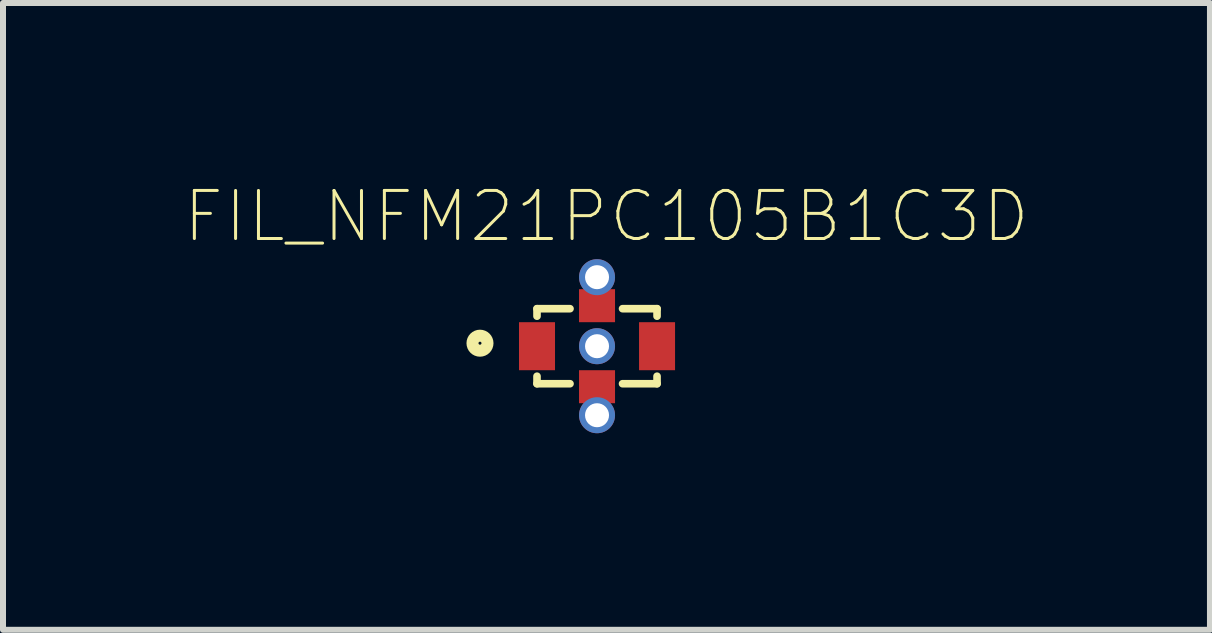
<source format=kicad_pcb>
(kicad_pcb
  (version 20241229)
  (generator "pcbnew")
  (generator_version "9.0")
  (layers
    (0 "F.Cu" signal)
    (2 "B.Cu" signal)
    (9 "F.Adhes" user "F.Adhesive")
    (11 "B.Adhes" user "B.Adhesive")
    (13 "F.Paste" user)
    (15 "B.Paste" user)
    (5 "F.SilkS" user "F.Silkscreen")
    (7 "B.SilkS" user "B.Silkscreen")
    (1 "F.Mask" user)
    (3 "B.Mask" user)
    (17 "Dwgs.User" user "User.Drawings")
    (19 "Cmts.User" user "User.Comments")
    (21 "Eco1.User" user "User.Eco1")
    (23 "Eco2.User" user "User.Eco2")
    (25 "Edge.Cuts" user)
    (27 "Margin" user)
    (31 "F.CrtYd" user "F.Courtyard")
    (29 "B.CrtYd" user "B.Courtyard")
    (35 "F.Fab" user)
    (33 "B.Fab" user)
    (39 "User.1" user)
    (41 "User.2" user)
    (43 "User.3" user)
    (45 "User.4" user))
  (footprint "FIL_NFM21PC105B1C3D"
    (layer "F.Cu")
    (at 6.897 2.718)
    (property "Reference" "FIL_NFM21PC105B1C3D" (at 0.157 -2.162 0) (layer "F.SilkS") (effects (font (size 0.801 0.801) (thickness 0.05))))
    (attr smd)
    (fp_poly (pts (xy -1.302 -0.4) (xy -0.7 -0.4) (xy -0.7 0.401) (xy -1.302 0.401)) (stroke (width 0) (type solid)) (fill yes) (layer "F.Mask"))
    (fp_poly (pts (xy -0.3 -0.95) (xy 0.3 -0.95) (xy 0.3 -0.4) (xy -0.3 -0.4)) (stroke (width 0) (type solid)) (fill yes) (layer "F.Mask"))
    (fp_poly (pts (xy -0.3 0.4) (xy 0.3 0.4) (xy 0.3 0.951) (xy -0.3 0.951)) (stroke (width 0) (type solid)) (fill yes) (layer "F.Mask"))
    (fp_poly (pts (xy 0.701 -0.4) (xy 1.3 -0.4) (xy 1.3 0.4) (xy 0.701 0.4)) (stroke (width 0) (type solid)) (fill yes) (layer "F.Mask"))
    (fp_line (start -1 -0.625) (end -0.45 -0.625) (stroke (width 0.127) (type solid)) (layer "F.SilkS"))
    (fp_line (start -1 -0.5) (end -1 -0.625) (stroke (width 0.127) (type solid)) (layer "F.SilkS"))
    (fp_line (start -1 0.5) (end -1 0.625) (stroke (width 0.127) (type solid)) (layer "F.SilkS"))
    (fp_line (start -1 0.625) (end -0.45 0.625) (stroke (width 0.127) (type solid)) (layer "F.SilkS"))
    (fp_line (start 0.425 -0.625) (end 1 -0.625) (stroke (width 0.127) (type solid)) (layer "F.SilkS"))
    (fp_line (start 0.425 0.625) (end 1 0.625) (stroke (width 0.127) (type solid)) (layer "F.SilkS"))
    (fp_line (start 1 -0.625) (end 1 -0.5) (stroke (width 0.127) (type solid)) (layer "F.SilkS"))
    (fp_line (start 1 0.625) (end 1 0.5) (stroke (width 0.127) (type solid)) (layer "F.SilkS"))
    (fp_circle (center -1.95 -0.05) (end -1.825 -0.05) (stroke (width 0.2) (type solid)) (fill no) (layer "F.SilkS"))
    (fp_line (start -1.55 -0.925) (end -0.55 -0.925) (stroke (width 0.05) (type solid)) (layer "Eco1.User"))
    (fp_line (start -1.55 0.975) (end -1.55 -0.925) (stroke (width 0.05) (type solid)) (layer "Eco1.User"))
    (fp_line (start -0.55 -1.7) (end 0.55 -1.7) (stroke (width 0.05) (type solid)) (layer "Eco1.User"))
    (fp_line (start -0.55 -0.925) (end -0.55 -1.7) (stroke (width 0.05) (type solid)) (layer "Eco1.User"))
    (fp_line (start -0.55 0.975) (end -1.55 0.975) (stroke (width 0.05) (type solid)) (layer "Eco1.User"))
    (fp_line (start -0.55 1.7) (end -0.55 0.975) (stroke (width 0.05) (type solid)) (layer "Eco1.User"))
    (fp_line (start 0.55 -1.7) (end 0.55 -0.95) (stroke (width 0.05) (type solid)) (layer "Eco1.User"))
    (fp_line (start 0.55 -0.95) (end 1.55 -0.95) (stroke (width 0.05) (type solid)) (layer "Eco1.User"))
    (fp_line (start 0.55 0.925) (end 0.55 1.7) (stroke (width 0.05) (type solid)) (layer "Eco1.User"))
    (fp_line (start 0.55 1.7) (end -0.55 1.7) (stroke (width 0.05) (type solid)) (layer "Eco1.User"))
    (fp_line (start 1.55 -0.95) (end 1.55 0.925) (stroke (width 0.05) (type solid)) (layer "Eco1.User"))
    (fp_line (start 1.55 0.925) (end 0.55 0.925) (stroke (width 0.05) (type solid)) (layer "Eco1.User"))
    (fp_line (start -1 -0.625) (end -1 0.625) (stroke (width 0.127) (type solid)) (layer "Eco2.User"))
    (fp_line (start -1 0.625) (end 1 0.625) (stroke (width 0.127) (type solid)) (layer "Eco2.User"))
    (fp_line (start 1 -0.625) (end -1 -0.625) (stroke (width 0.127) (type solid)) (layer "Eco2.User"))
    (fp_line (start 1 0.625) (end 1 -0.625) (stroke (width 0.127) (type solid)) (layer "Eco2.User"))
    (pad "1" smd rect (at -1 0) (size 0.6 0.8) (layers "F.Cu" "F.Mask" "F.Paste"))
    (pad "2" smd rect (at 0 -0.675) (size 0.6 0.55) (layers "F.Cu" "F.Mask" "F.Paste"))
    (pad "3" smd rect (at 1 0) (size 0.6 0.8) (layers "F.Cu" "F.Mask" "F.Paste"))
    (pad "4" smd rect (at 0 0.675) (size 0.6 0.55) (layers "F.Cu" "F.Mask" "F.Paste"))
    (pad "S1" thru_hole circle (at 0 -1.15) (size 0.6 0.6) (drill 0.4) (layers "*.Cu" "*.Mask"))
    (pad "S2" thru_hole circle (at 0 0) (size 0.6 0.6) (drill 0.4) (layers "*.Cu" "*.Mask"))
    (pad "S3" thru_hole circle (at 0 1.15) (size 0.6 0.6) (drill 0.4) (layers "*.Cu" "*.Mask")))
  (gr_rect
    (start -3 -3)
    (end 17.109 7.443)
    (stroke (width 0.1) (type default))
    (fill no)
    (layer "Edge.Cuts")))
</source>
